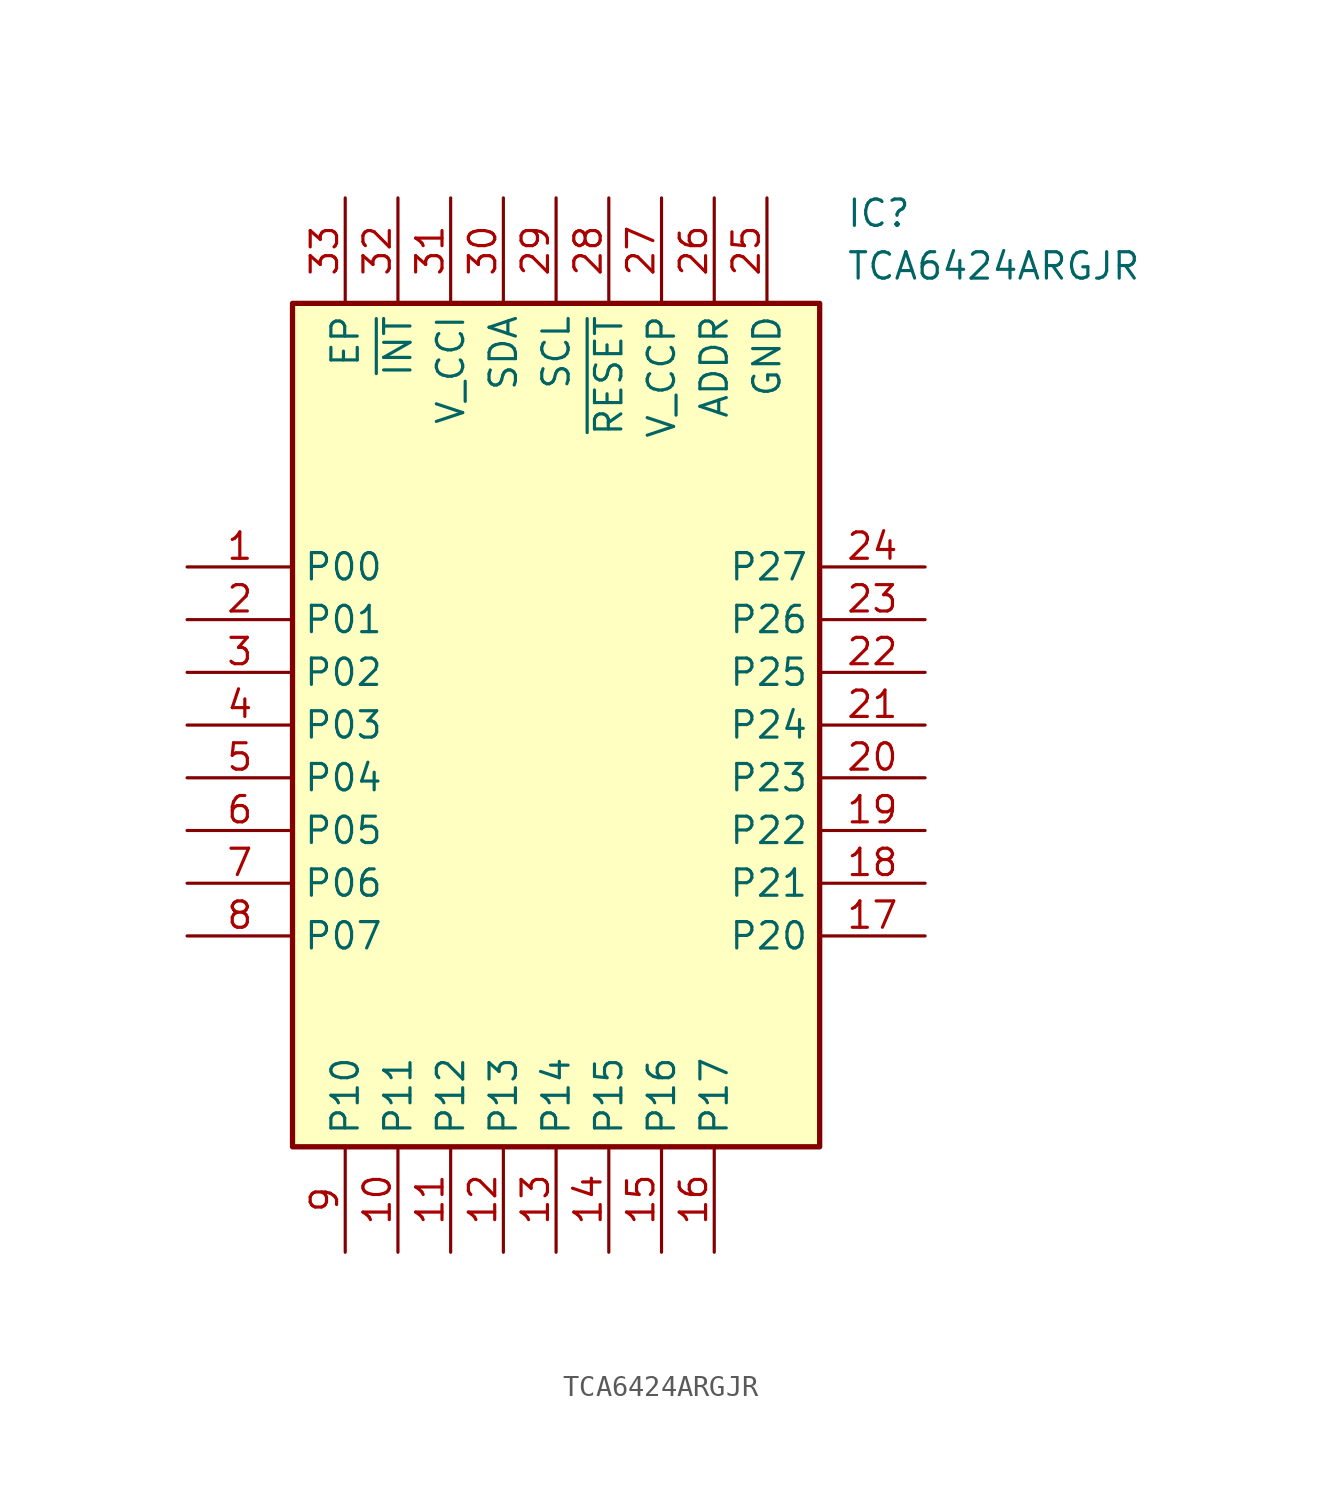
<source format=kicad_sym>
(kicad_symbol_lib
  (version 20211014)
  (generator SamacSys_ECAD_Model)
  (symbol "TCA6424ARGJR"
    (property "Reference" "IC"
      (at 31.75 17.78 0)
      (effects (font (size 1.27 1.27)) (justify left top)))
    (property "Value" "TCA6424ARGJR"
      (at 31.75 15.24 0)
      (effects (font (size 1.27 1.27)) (justify left top)))
    (rectangle
      (start 5.08 12.7)
      (end 30.48 -27.94)
      (stroke (width 0.254) (type default))
      (fill (type background)))
    (pin passive line
      (at 0 0 0)
      (length 5.08)
      (name "P00" (effects (font (size 1.27 1.27))))
      (number "1" (effects (font (size 1.27 1.27)))))
    (pin passive line
      (at 0 -2.54 0)
      (length 5.08)
      (name "P01" (effects (font (size 1.27 1.27))))
      (number "2" (effects (font (size 1.27 1.27)))))
    (pin passive line
      (at 0 -5.08 0)
      (length 5.08)
      (name "P02" (effects (font (size 1.27 1.27))))
      (number "3" (effects (font (size 1.27 1.27)))))
    (pin passive line
      (at 0 -7.62 0)
      (length 5.08)
      (name "P03" (effects (font (size 1.27 1.27))))
      (number "4" (effects (font (size 1.27 1.27)))))
    (pin passive line
      (at 0 -10.16 0)
      (length 5.08)
      (name "P04" (effects (font (size 1.27 1.27))))
      (number "5" (effects (font (size 1.27 1.27)))))
    (pin passive line
      (at 0 -12.7 0)
      (length 5.08)
      (name "P05" (effects (font (size 1.27 1.27))))
      (number "6" (effects (font (size 1.27 1.27)))))
    (pin passive line
      (at 0 -15.24 0)
      (length 5.08)
      (name "P06" (effects (font (size 1.27 1.27))))
      (number "7" (effects (font (size 1.27 1.27)))))
    (pin passive line
      (at 0 -17.78 0)
      (length 5.08)
      (name "P07" (effects (font (size 1.27 1.27))))
      (number "8" (effects (font (size 1.27 1.27)))))
    (pin passive line
      (at 7.62 -33.02 90)
      (length 5.08)
      (name "P10" (effects (font (size 1.27 1.27))))
      (number "9" (effects (font (size 1.27 1.27)))))
    (pin passive line
      (at 10.16 -33.02 90)
      (length 5.08)
      (name "P11" (effects (font (size 1.27 1.27))))
      (number "10" (effects (font (size 1.27 1.27)))))
    (pin passive line
      (at 12.7 -33.02 90)
      (length 5.08)
      (name "P12" (effects (font (size 1.27 1.27))))
      (number "11" (effects (font (size 1.27 1.27)))))
    (pin passive line
      (at 15.24 -33.02 90)
      (length 5.08)
      (name "P13" (effects (font (size 1.27 1.27))))
      (number "12" (effects (font (size 1.27 1.27)))))
    (pin passive line
      (at 17.78 -33.02 90)
      (length 5.08)
      (name "P14" (effects (font (size 1.27 1.27))))
      (number "13" (effects (font (size 1.27 1.27)))))
    (pin passive line
      (at 20.32 -33.02 90)
      (length 5.08)
      (name "P15" (effects (font (size 1.27 1.27))))
      (number "14" (effects (font (size 1.27 1.27)))))
    (pin passive line
      (at 22.86 -33.02 90)
      (length 5.08)
      (name "P16" (effects (font (size 1.27 1.27))))
      (number "15" (effects (font (size 1.27 1.27)))))
    (pin passive line
      (at 25.4 -33.02 90)
      (length 5.08)
      (name "P17" (effects (font (size 1.27 1.27))))
      (number "16" (effects (font (size 1.27 1.27)))))
    (pin passive line
      (at 35.56 0 180)
      (length 5.08)
      (name "P27" (effects (font (size 1.27 1.27))))
      (number "24" (effects (font (size 1.27 1.27)))))
    (pin passive line
      (at 35.56 -2.54 180)
      (length 5.08)
      (name "P26" (effects (font (size 1.27 1.27))))
      (number "23" (effects (font (size 1.27 1.27)))))
    (pin passive line
      (at 35.56 -5.08 180)
      (length 5.08)
      (name "P25" (effects (font (size 1.27 1.27))))
      (number "22" (effects (font (size 1.27 1.27)))))
    (pin passive line
      (at 35.56 -7.62 180)
      (length 5.08)
      (name "P24" (effects (font (size 1.27 1.27))))
      (number "21" (effects (font (size 1.27 1.27)))))
    (pin passive line
      (at 35.56 -10.16 180)
      (length 5.08)
      (name "P23" (effects (font (size 1.27 1.27))))
      (number "20" (effects (font (size 1.27 1.27)))))
    (pin passive line
      (at 35.56 -12.7 180)
      (length 5.08)
      (name "P22" (effects (font (size 1.27 1.27))))
      (number "19" (effects (font (size 1.27 1.27)))))
    (pin passive line
      (at 35.56 -15.24 180)
      (length 5.08)
      (name "P21" (effects (font (size 1.27 1.27))))
      (number "18" (effects (font (size 1.27 1.27)))))
    (pin passive line
      (at 35.56 -17.78 180)
      (length 5.08)
      (name "P20" (effects (font (size 1.27 1.27))))
      (number "17" (effects (font (size 1.27 1.27)))))
    (pin passive line
      (at 7.62 17.78 270)
      (length 5.08)
      (name "EP" (effects (font (size 1.27 1.27))))
      (number "33" (effects (font (size 1.27 1.27)))))
    (pin passive line
      (at 10.16 17.78 270)
      (length 5.08)
      (name "~{INT}" (effects (font (size 1.27 1.27))))
      (number "32" (effects (font (size 1.27 1.27)))))
    (pin passive line
      (at 12.7 17.78 270)
      (length 5.08)
      (name "V_CCI" (effects (font (size 1.27 1.27))))
      (number "31" (effects (font (size 1.27 1.27)))))
    (pin passive line
      (at 15.24 17.78 270)
      (length 5.08)
      (name "SDA" (effects (font (size 1.27 1.27))))
      (number "30" (effects (font (size 1.27 1.27)))))
    (pin passive line
      (at 17.78 17.78 270)
      (length 5.08)
      (name "SCL" (effects (font (size 1.27 1.27))))
      (number "29" (effects (font (size 1.27 1.27)))))
    (pin passive line
      (at 20.32 17.78 270)
      (length 5.08)
      (name "~{RESET}" (effects (font (size 1.27 1.27))))
      (number "28" (effects (font (size 1.27 1.27)))))
    (pin passive line
      (at 22.86 17.78 270)
      (length 5.08)
      (name "V_CCP" (effects (font (size 1.27 1.27))))
      (number "27" (effects (font (size 1.27 1.27)))))
    (pin passive line
      (at 25.4 17.78 270)
      (length 5.08)
      (name "ADDR" (effects (font (size 1.27 1.27))))
      (number "26" (effects (font (size 1.27 1.27)))))
    (pin passive line
      (at 27.94 17.78 270)
      (length 5.08)
      (name "GND" (effects (font (size 1.27 1.27))))
      (number "25" (effects (font (size 1.27 1.27)))))))
</source>
